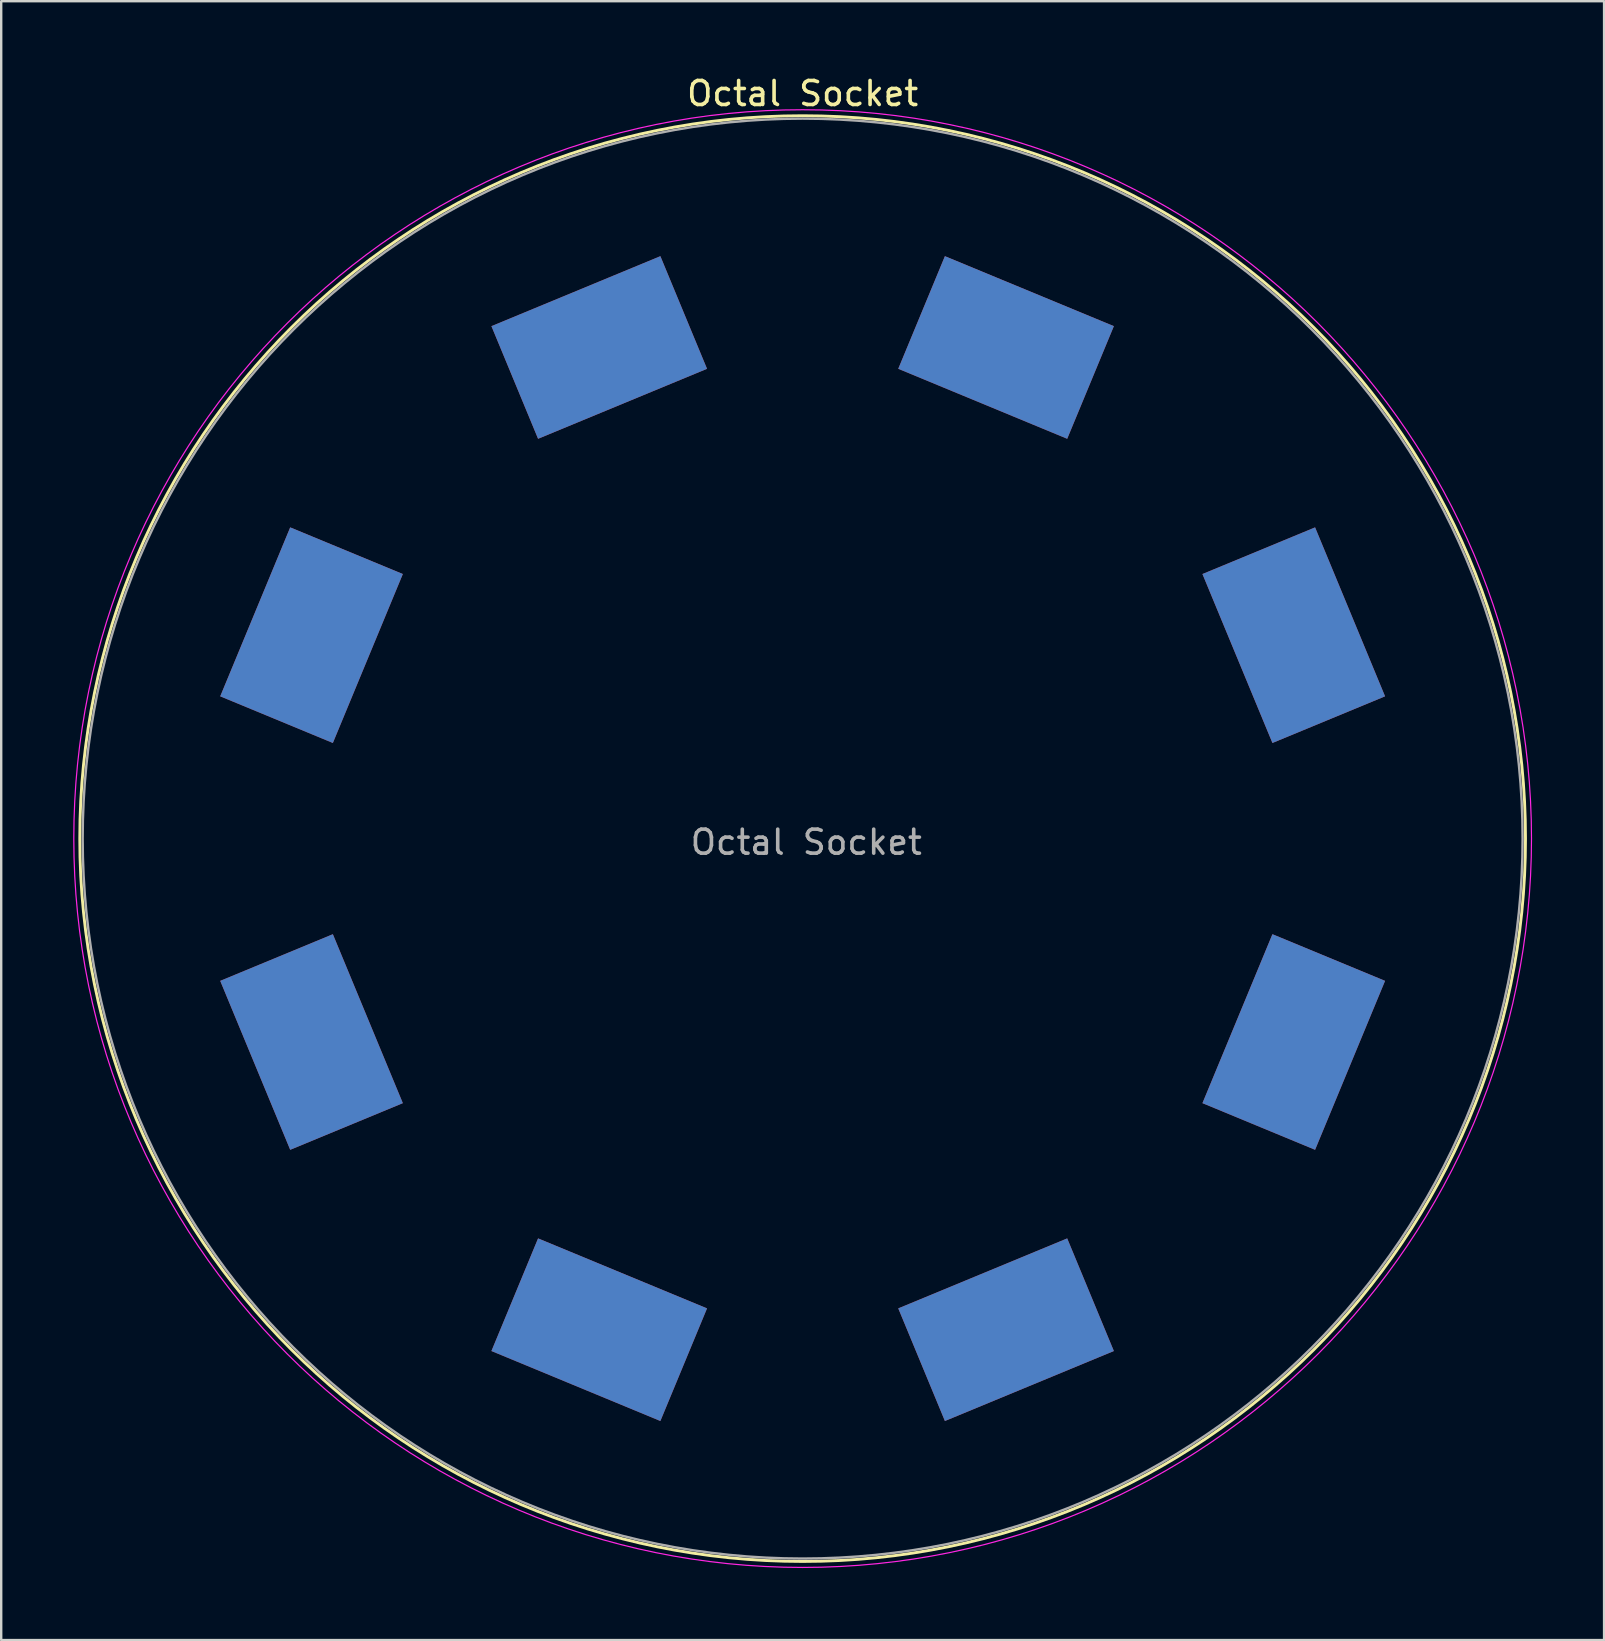
<source format=kicad_pcb>
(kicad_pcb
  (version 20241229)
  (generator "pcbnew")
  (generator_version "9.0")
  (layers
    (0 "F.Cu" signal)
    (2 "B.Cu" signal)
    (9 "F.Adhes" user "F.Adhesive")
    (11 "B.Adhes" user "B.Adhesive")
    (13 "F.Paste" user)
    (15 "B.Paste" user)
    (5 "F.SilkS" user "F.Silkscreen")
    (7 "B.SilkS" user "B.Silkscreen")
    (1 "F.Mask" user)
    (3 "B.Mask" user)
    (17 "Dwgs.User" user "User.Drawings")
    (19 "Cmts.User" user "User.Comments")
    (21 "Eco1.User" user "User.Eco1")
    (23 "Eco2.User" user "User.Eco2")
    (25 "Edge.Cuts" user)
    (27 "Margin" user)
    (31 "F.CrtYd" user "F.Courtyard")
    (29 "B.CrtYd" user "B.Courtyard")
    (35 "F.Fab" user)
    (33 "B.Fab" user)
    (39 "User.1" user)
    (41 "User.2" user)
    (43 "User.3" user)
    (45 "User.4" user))
  (footprint "Octal Socket"
    (layer "F.Cu")
    (at 30.395 31.893)
    (property "Reference" "Octal Socket" (at 0 -31.045 0) (unlocked yes) (layer "F.SilkS") (effects (font (size 1 1) (thickness 0.15))))
    (fp_circle (center 0 0) (end 0 30.12) (stroke (width 0.12) (type default)) (fill no) (layer "F.SilkS"))
    (fp_circle (center 0 0) (end 0 30.37) (stroke (width 0.05) (type default)) (fill no) (layer "F.CrtYd"))
    (fp_circle (center 0 0) (end 0 30) (stroke (width 0.1) (type default)) (fill no) (layer "F.Fab"))
    (fp_text user "${REFERENCE}" (at 0.152 0.152 0) (layer "F.Fab") (effects (font (size 1 1) (thickness 0.15))))
    (pad "1" thru_hole rect (at 20.464 -8.476 292.5) (size 7.62 5.08) (drill 0.000001) (layers "*.Cu" "*.Mask"))
    (pad "2" thru_hole rect (at 8.476 -20.464 337.5) (size 7.62 5.08) (drill 0.000001) (layers "*.Cu" "*.Mask"))
    (pad "3" thru_hole rect (at -8.476 -20.464 22.5) (size 7.62 5.08) (drill 0.000001) (layers "*.Cu" "*.Mask"))
    (pad "4" thru_hole rect (at -20.464 -8.476 67.5) (size 7.62 5.08) (drill 0.000001) (layers "*.Cu" "*.Mask"))
    (pad "5" thru_hole rect (at -20.464 8.476 112.5) (size 7.62 5.08) (drill 0.000001) (layers "*.Cu" "*.Mask"))
    (pad "6" thru_hole rect (at -8.476 20.464 157.5) (size 7.62 5.08) (drill 0.000001) (layers "*.Cu" "*.Mask"))
    (pad "7" thru_hole rect (at 8.476 20.464 202.5) (size 7.62 5.08) (drill 0.000001) (layers "*.Cu" "*.Mask"))
    (pad "8" thru_hole rect (at 20.464 8.476 247.5) (size 7.62 5.08) (drill 0.000001) (layers "*.Cu" "*.Mask")))
  (gr_rect
    (start -3 -3)
    (end 63.79 65.288)
    (stroke (width 0.1) (type default))
    (fill no)
    (layer "Edge.Cuts")))
</source>
